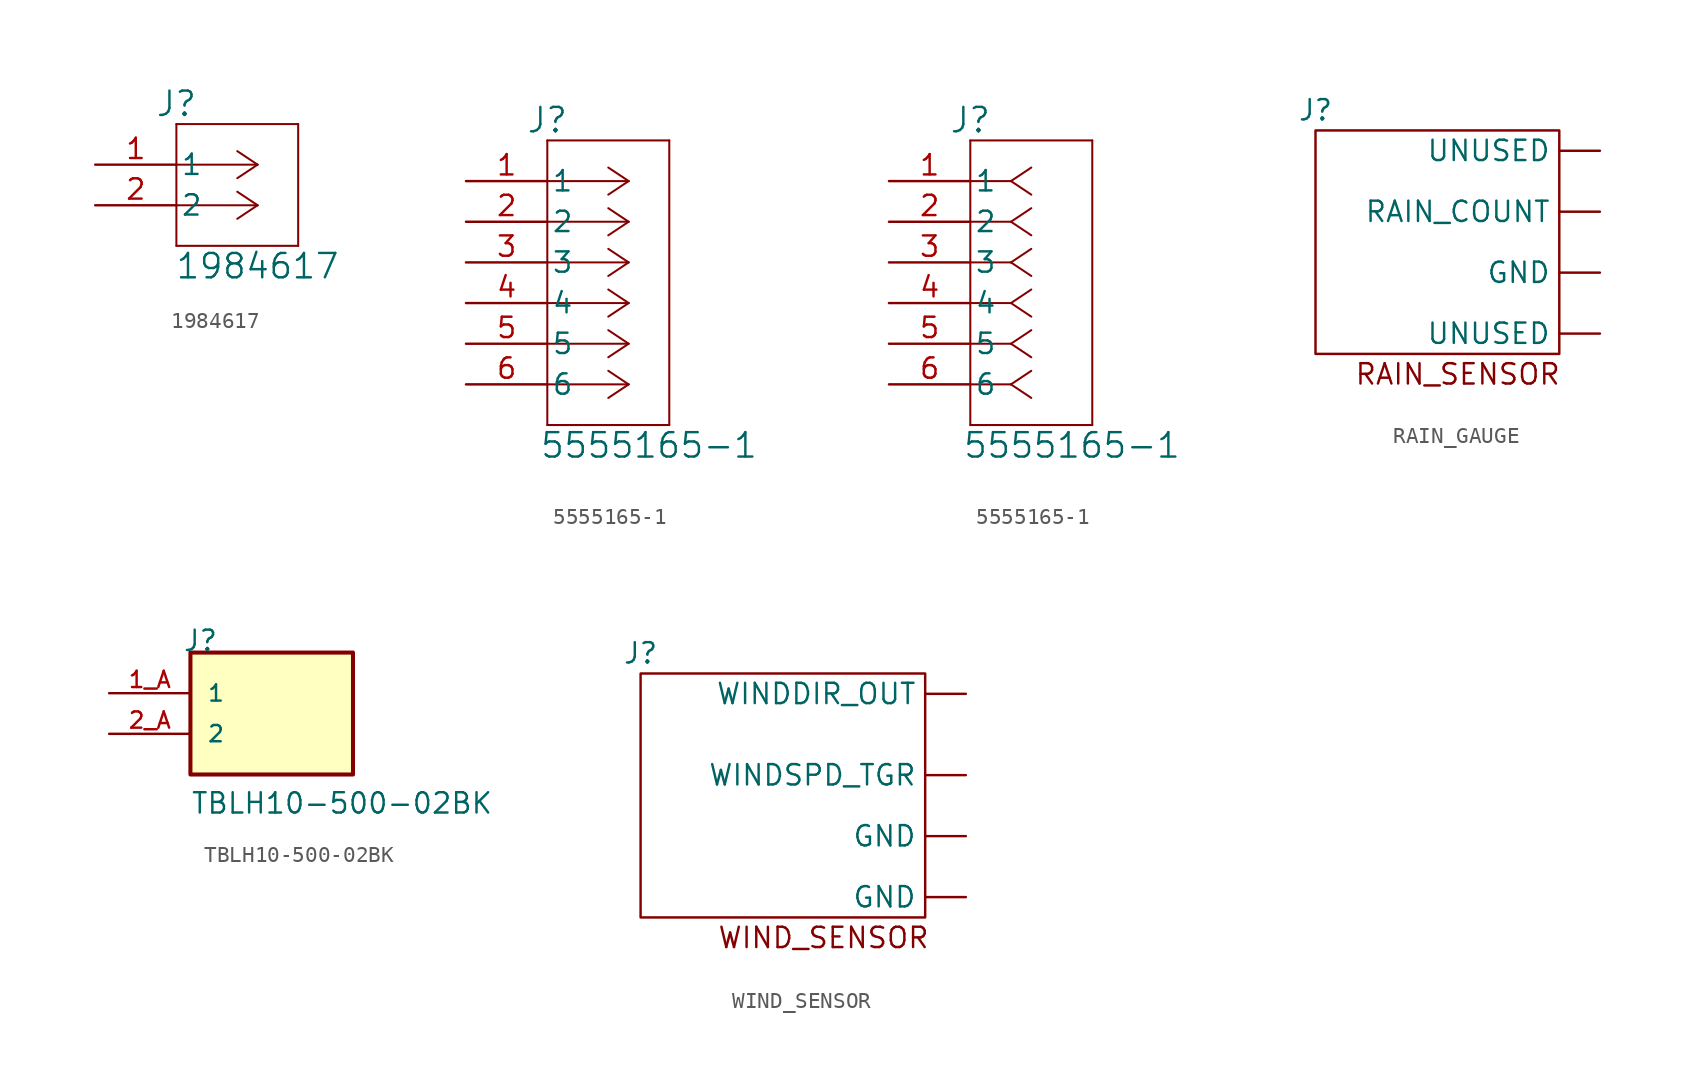
<source format=kicad_sym>
(kicad_symbol_lib
  (version 20220914)
  (generator kicad_symbol_editor)
  (symbol "1984617"
    (pin_names
      (offset 0.254))
    (property "Reference" "J"
      (at 5.08 3.81 0)
      (effects (font (size 1.524 1.524))))
    (property "Value" "1984617"
      (at 10.16 -6.35 0)
      (effects (font (size 1.524 1.524))))
    (property "ki_locked" ""
      (at 0 0 0)
      (effects (font (size 1.27 1.27))))
    (symbol "1984617_0_1"
      (polyline (pts (xy 5.08 -5.08) (xy 12.7 -5.08)) (stroke (width 0.127) (type default)) (fill (type none)))
      (polyline (pts (xy 5.08 2.54) (xy 5.08 -5.08)) (stroke (width 0.127) (type default)) (fill (type none)))
      (polyline (pts (xy 10.16 -2.54) (xy 5.08 -2.54)) (stroke (width 0.127) (type default)) (fill (type none)))
      (polyline (pts (xy 10.16 -2.54) (xy 8.89 -3.387)) (stroke (width 0.127) (type default)) (fill (type none)))
      (polyline (pts (xy 10.16 -2.54) (xy 8.89 -1.693)) (stroke (width 0.127) (type default)) (fill (type none)))
      (polyline (pts (xy 10.16 0) (xy 5.08 0)) (stroke (width 0.127) (type default)) (fill (type none)))
      (polyline (pts (xy 10.16 0) (xy 8.89 -0.847)) (stroke (width 0.127) (type default)) (fill (type none)))
      (polyline (pts (xy 10.16 0) (xy 8.89 0.847)) (stroke (width 0.127) (type default)) (fill (type none)))
      (polyline (pts (xy 12.7 -5.08) (xy 12.7 2.54)) (stroke (width 0.127) (type default)) (fill (type none)))
      (polyline (pts (xy 12.7 2.54) (xy 5.08 2.54)) (stroke (width 0.127) (type default)) (fill (type none)))
      (pin unspecified line (at 0 0 0) (length 5.08) (name "1" (effects (font (size 1.27 1.27)))) (number "1" (effects (font (size 1.27 1.27)))))
      (pin unspecified line (at 0 -2.54 0) (length 5.08) (name "2" (effects (font (size 1.27 1.27)))) (number "2" (effects (font (size 1.27 1.27)))))))
  (symbol "5555165-1"
    (pin_names
      (offset 0.254))
    (property "Reference" "J"
      (at 5.08 3.81 0)
      (effects (font (size 1.524 1.524))))
    (property "Value" "5555165-1"
      (at 11.43 -16.51 0)
      (effects (font (size 1.524 1.524))))
    (property "ki_locked" ""
      (at 0 0 0)
      (effects (font (size 1.27 1.27))))
    (symbol "5555165-1_1_1"
      (polyline (pts (xy 5.08 -15.24) (xy 12.7 -15.24)) (stroke (width 0.127) (type default)) (fill (type none)))
      (polyline (pts (xy 5.08 2.54) (xy 5.08 -15.24)) (stroke (width 0.127) (type default)) (fill (type none)))
      (polyline (pts (xy 10.16 -12.7) (xy 5.08 -12.7)) (stroke (width 0.127) (type default)) (fill (type none)))
      (polyline (pts (xy 10.16 -12.7) (xy 8.89 -13.547)) (stroke (width 0.127) (type default)) (fill (type none)))
      (polyline (pts (xy 10.16 -12.7) (xy 8.89 -11.853)) (stroke (width 0.127) (type default)) (fill (type none)))
      (polyline (pts (xy 10.16 -10.16) (xy 5.08 -10.16)) (stroke (width 0.127) (type default)) (fill (type none)))
      (polyline (pts (xy 10.16 -10.16) (xy 8.89 -11.007)) (stroke (width 0.127) (type default)) (fill (type none)))
      (polyline (pts (xy 10.16 -10.16) (xy 8.89 -9.313)) (stroke (width 0.127) (type default)) (fill (type none)))
      (polyline (pts (xy 10.16 -7.62) (xy 5.08 -7.62)) (stroke (width 0.127) (type default)) (fill (type none)))
      (polyline (pts (xy 10.16 -7.62) (xy 8.89 -8.467)) (stroke (width 0.127) (type default)) (fill (type none)))
      (polyline (pts (xy 10.16 -7.62) (xy 8.89 -6.773)) (stroke (width 0.127) (type default)) (fill (type none)))
      (polyline (pts (xy 10.16 -5.08) (xy 5.08 -5.08)) (stroke (width 0.127) (type default)) (fill (type none)))
      (polyline (pts (xy 10.16 -5.08) (xy 8.89 -5.927)) (stroke (width 0.127) (type default)) (fill (type none)))
      (polyline (pts (xy 10.16 -5.08) (xy 8.89 -4.233)) (stroke (width 0.127) (type default)) (fill (type none)))
      (polyline (pts (xy 10.16 -2.54) (xy 5.08 -2.54)) (stroke (width 0.127) (type default)) (fill (type none)))
      (polyline (pts (xy 10.16 -2.54) (xy 8.89 -3.387)) (stroke (width 0.127) (type default)) (fill (type none)))
      (polyline (pts (xy 10.16 -2.54) (xy 8.89 -1.693)) (stroke (width 0.127) (type default)) (fill (type none)))
      (polyline (pts (xy 10.16 0) (xy 5.08 0)) (stroke (width 0.127) (type default)) (fill (type none)))
      (polyline (pts (xy 10.16 0) (xy 8.89 -0.847)) (stroke (width 0.127) (type default)) (fill (type none)))
      (polyline (pts (xy 10.16 0) (xy 8.89 0.847)) (stroke (width 0.127) (type default)) (fill (type none)))
      (polyline (pts (xy 12.7 -15.24) (xy 12.7 2.54)) (stroke (width 0.127) (type default)) (fill (type none)))
      (polyline (pts (xy 12.7 2.54) (xy 5.08 2.54)) (stroke (width 0.127) (type default)) (fill (type none)))
      (pin unspecified line (at 0 0 0) (length 5.08) (name "1" (effects (font (size 1.27 1.27)))) (number "1" (effects (font (size 1.27 1.27)))))
      (pin unspecified line (at 0 -2.54 0) (length 5.08) (name "2" (effects (font (size 1.27 1.27)))) (number "2" (effects (font (size 1.27 1.27)))))
      (pin unspecified line (at 0 -5.08 0) (length 5.08) (name "3" (effects (font (size 1.27 1.27)))) (number "3" (effects (font (size 1.27 1.27)))))
      (pin unspecified line (at 0 -7.62 0) (length 5.08) (name "4" (effects (font (size 1.27 1.27)))) (number "4" (effects (font (size 1.27 1.27)))))
      (pin unspecified line (at 0 -10.16 0) (length 5.08) (name "5" (effects (font (size 1.27 1.27)))) (number "5" (effects (font (size 1.27 1.27)))))
      (pin unspecified line (at 0 -12.7 0) (length 5.08) (name "6" (effects (font (size 1.27 1.27)))) (number "6" (effects (font (size 1.27 1.27))))))
    (symbol "5555165-1_1_2"
      (polyline (pts (xy 5.08 -15.24) (xy 12.7 -15.24)) (stroke (width 0.127) (type default)) (fill (type none)))
      (polyline (pts (xy 5.08 2.54) (xy 5.08 -15.24)) (stroke (width 0.127) (type default)) (fill (type none)))
      (polyline (pts (xy 7.62 -12.7) (xy 5.08 -12.7)) (stroke (width 0.127) (type default)) (fill (type none)))
      (polyline (pts (xy 7.62 -12.7) (xy 8.89 -13.547)) (stroke (width 0.127) (type default)) (fill (type none)))
      (polyline (pts (xy 7.62 -12.7) (xy 8.89 -11.853)) (stroke (width 0.127) (type default)) (fill (type none)))
      (polyline (pts (xy 7.62 -10.16) (xy 5.08 -10.16)) (stroke (width 0.127) (type default)) (fill (type none)))
      (polyline (pts (xy 7.62 -10.16) (xy 8.89 -11.007)) (stroke (width 0.127) (type default)) (fill (type none)))
      (polyline (pts (xy 7.62 -10.16) (xy 8.89 -9.313)) (stroke (width 0.127) (type default)) (fill (type none)))
      (polyline (pts (xy 7.62 -7.62) (xy 5.08 -7.62)) (stroke (width 0.127) (type default)) (fill (type none)))
      (polyline (pts (xy 7.62 -7.62) (xy 8.89 -8.467)) (stroke (width 0.127) (type default)) (fill (type none)))
      (polyline (pts (xy 7.62 -7.62) (xy 8.89 -6.773)) (stroke (width 0.127) (type default)) (fill (type none)))
      (polyline (pts (xy 7.62 -5.08) (xy 5.08 -5.08)) (stroke (width 0.127) (type default)) (fill (type none)))
      (polyline (pts (xy 7.62 -5.08) (xy 8.89 -5.927)) (stroke (width 0.127) (type default)) (fill (type none)))
      (polyline (pts (xy 7.62 -5.08) (xy 8.89 -4.233)) (stroke (width 0.127) (type default)) (fill (type none)))
      (polyline (pts (xy 7.62 -2.54) (xy 5.08 -2.54)) (stroke (width 0.127) (type default)) (fill (type none)))
      (polyline (pts (xy 7.62 -2.54) (xy 8.89 -3.387)) (stroke (width 0.127) (type default)) (fill (type none)))
      (polyline (pts (xy 7.62 -2.54) (xy 8.89 -1.693)) (stroke (width 0.127) (type default)) (fill (type none)))
      (polyline (pts (xy 7.62 0) (xy 5.08 0)) (stroke (width 0.127) (type default)) (fill (type none)))
      (polyline (pts (xy 7.62 0) (xy 8.89 -0.847)) (stroke (width 0.127) (type default)) (fill (type none)))
      (polyline (pts (xy 7.62 0) (xy 8.89 0.847)) (stroke (width 0.127) (type default)) (fill (type none)))
      (polyline (pts (xy 12.7 -15.24) (xy 12.7 2.54)) (stroke (width 0.127) (type default)) (fill (type none)))
      (polyline (pts (xy 12.7 2.54) (xy 5.08 2.54)) (stroke (width 0.127) (type default)) (fill (type none)))
      (pin unspecified line (at 0 0 0) (length 5.08) (name "1" (effects (font (size 1.27 1.27)))) (number "1" (effects (font (size 1.27 1.27)))))
      (pin unspecified line (at 0 -2.54 0) (length 5.08) (name "2" (effects (font (size 1.27 1.27)))) (number "2" (effects (font (size 1.27 1.27)))))
      (pin unspecified line (at 0 -5.08 0) (length 5.08) (name "3" (effects (font (size 1.27 1.27)))) (number "3" (effects (font (size 1.27 1.27)))))
      (pin unspecified line (at 0 -7.62 0) (length 5.08) (name "4" (effects (font (size 1.27 1.27)))) (number "4" (effects (font (size 1.27 1.27)))))
      (pin unspecified line (at 0 -10.16 0) (length 5.08) (name "5" (effects (font (size 1.27 1.27)))) (number "5" (effects (font (size 1.27 1.27)))))
      (pin unspecified line (at 0 -12.7 0) (length 5.08) (name "6" (effects (font (size 1.27 1.27)))) (number "6" (effects (font (size 1.27 1.27)))))))
  (symbol "RAIN_GAUGE"
    (property "Reference" "J"
      (at -7.62 8.89 0)
      (effects (font (size 1.27 1.27))))
    (property "Value" ""
      (at 0 0 0)
      (effects (font (size 1.27 1.27))))
    (symbol "RAIN_GAUGE_0_1"
      (rectangle (start -7.62 7.62) (end 7.62 -6.35) (stroke (width 0) (type default)) (fill (type none)))
      (text "RAIN_SENSOR" (at 1.27 -7.62 0) (effects (font (size 1.27 1.27)))))
    (symbol "RAIN_GAUGE_1_1"
      (pin input line (at 10.16 -1.27 180) (length 2.54) (name "GND" (effects (font (size 1.27 1.27)))) (number "" (effects (font (size 1.27 1.27)))))
      (pin input line (at 10.16 2.54 180) (length 2.54) (name "RAIN_COUNT" (effects (font (size 1.27 1.27)))) (number "" (effects (font (size 1.27 1.27)))))
      (pin input line (at 10.16 -5.08 180) (length 2.54) (name "UNUSED" (effects (font (size 1.27 1.27)))) (number "" (effects (font (size 1.27 1.27)))))
      (pin input line (at 10.16 6.35 180) (length 2.54) (name "UNUSED" (effects (font (size 1.27 1.27)))) (number "" (effects (font (size 1.27 1.27)))))))
  (symbol "TBLH10-500-02BK"
    (pin_names
      (offset 1.016))
    (property "Reference" "J"
      (at -5.58 5.08 0)
      (effects (font (size 1.27 1.27)) (justify left bottom)))
    (property "Value" "TBLH10-500-02BK"
      (at -5.08 -5.08 0)
      (effects (font (size 1.27 1.27)) (justify left bottom)))
    (symbol "TBLH10-500-02BK_0_0"
      (rectangle (start -5.08 -2.54) (end 5.08 5.08) (stroke (width 0.254) (type default)) (fill (type background)))
      (pin passive line (at -10.16 2.54 0) (length 5.08) (name "1" (effects (font (size 1.016 1.016)))) (number "1_A" (effects (font (size 1.016 1.016)))))
      (pin passive line (at -10.16 0 0) (length 5.08) (name "2" (effects (font (size 1.016 1.016)))) (number "2_A" (effects (font (size 1.016 1.016)))))))
  (symbol "WIND_SENSOR"
    (property "Reference" "J"
      (at -8.89 8.89 0)
      (effects (font (size 1.27 1.27))))
    (property "Value" ""
      (at 0 0 0)
      (effects (font (size 1.27 1.27))))
    (symbol "WIND_SENSOR_0_1"
      (rectangle (start -8.89 7.62) (end 8.89 -7.62) (stroke (width 0) (type solid)) (fill (type none)))
      (text "WIND_SENSOR" (at 2.54 -8.89 0) (effects (font (size 1.27 1.27)))))
    (symbol "WIND_SENSOR_1_1"
      (pin input line (at 11.43 -6.35 180) (length 2.54) (name "GND" (effects (font (size 1.27 1.27)))) (number "" (effects (font (size 1.27 1.27)))))
      (pin input line (at 11.43 -2.54 180) (length 2.54) (name "GND" (effects (font (size 1.27 1.27)))) (number "" (effects (font (size 1.27 1.27)))))
      (pin input line (at 11.43 6.35 180) (length 2.54) (name "WINDDIR_OUT" (effects (font (size 1.27 1.27)))) (number "" (effects (font (size 1.27 1.27)))))
      (pin input line (at 11.43 1.27 180) (length 2.54) (name "WINDSPD_TGR" (effects (font (size 1.27 1.27)))) (number "" (effects (font (size 1.27 1.27))))))))
</source>
